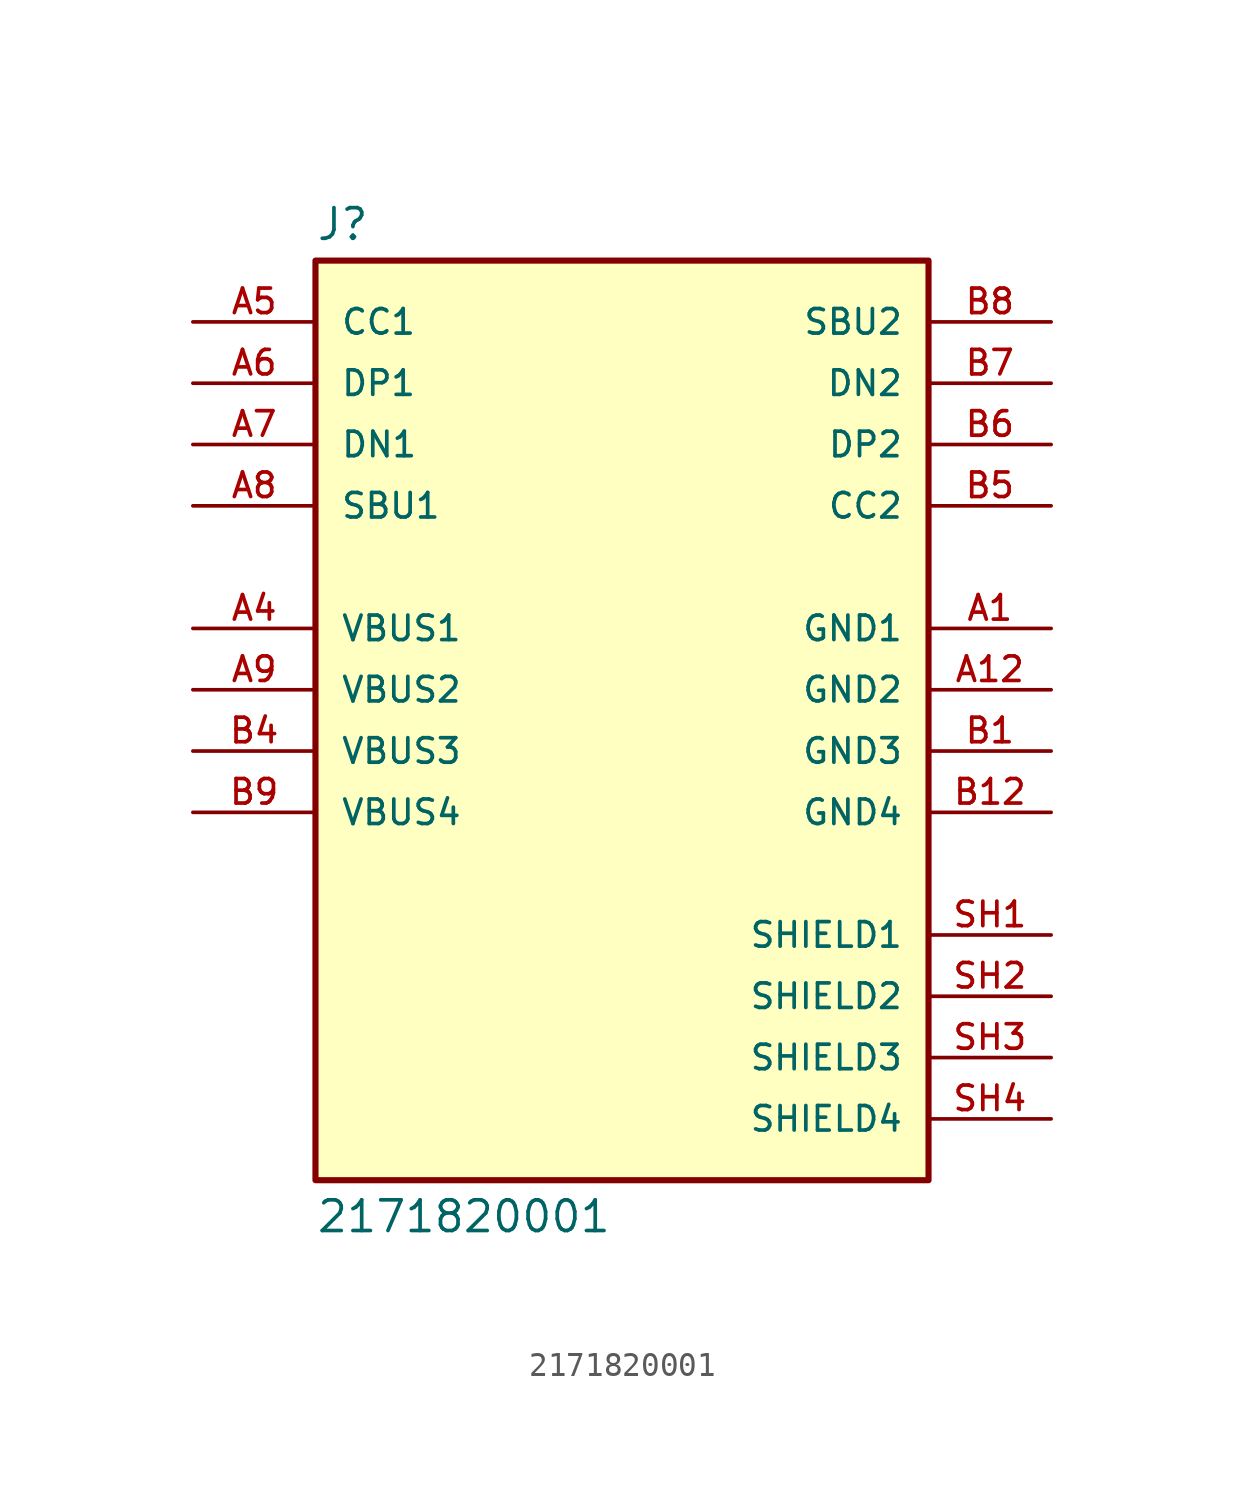
<source format=kicad_sym>
(kicad_symbol_lib
  (version 20211014)
  (generator kicad_symbol_editor)
  (symbol "2171820001"
    (pin_names
      (offset 1.016))
    (property "Reference" "J"
      (at -12.7 18.542 0)
      (effects (font (size 1.27 1.27)) (justify bottom left)))
    (property "Value" "2171820001"
      (at -12.7 -21.082 0.0)
      (effects (font (size 1.27 1.27)) (justify top left)))
    (symbol "2171820001_0_0"
      (rectangle (start -12.7 -20.32) (end 12.7 17.78) (stroke (width 0.254)) (fill (type background)))
      (pin power_in line (at 17.78 2.54 180.0) (length 5.08) (name "GND1" (effects (font (size 1.016 1.016)))) (number "A1" (effects (font (size 1.016 1.016)))))
      (pin power_in line (at -17.78 2.54 0) (length 5.08) (name "VBUS1" (effects (font (size 1.016 1.016)))) (number "A4" (effects (font (size 1.016 1.016)))))
      (pin bidirectional line (at -17.78 12.7 0) (length 5.08) (name "DP1" (effects (font (size 1.016 1.016)))) (number "A6" (effects (font (size 1.016 1.016)))))
      (pin bidirectional line (at -17.78 15.24 0) (length 5.08) (name "CC1" (effects (font (size 1.016 1.016)))) (number "A5" (effects (font (size 1.016 1.016)))))
      (pin bidirectional line (at -17.78 7.62 0) (length 5.08) (name "SBU1" (effects (font (size 1.016 1.016)))) (number "A8" (effects (font (size 1.016 1.016)))))
      (pin bidirectional line (at -17.78 10.16 0) (length 5.08) (name "DN1" (effects (font (size 1.016 1.016)))) (number "A7" (effects (font (size 1.016 1.016)))))
      (pin passive line (at 17.78 -17.78 180.0) (length 5.08) (name "SHIELD4" (effects (font (size 1.016 1.016)))) (number "SH4" (effects (font (size 1.016 1.016)))))
      (pin power_in line (at 17.78 0.0 180.0) (length 5.08) (name "GND2" (effects (font (size 1.016 1.016)))) (number "A12" (effects (font (size 1.016 1.016)))))
      (pin power_in line (at -17.78 0.0 0) (length 5.08) (name "VBUS2" (effects (font (size 1.016 1.016)))) (number "A9" (effects (font (size 1.016 1.016)))))
      (pin bidirectional line (at 17.78 10.16 180.0) (length 5.08) (name "DP2" (effects (font (size 1.016 1.016)))) (number "B6" (effects (font (size 1.016 1.016)))))
      (pin bidirectional line (at 17.78 7.62 180.0) (length 5.08) (name "CC2" (effects (font (size 1.016 1.016)))) (number "B5" (effects (font (size 1.016 1.016)))))
      (pin bidirectional line (at 17.78 15.24 180.0) (length 5.08) (name "SBU2" (effects (font (size 1.016 1.016)))) (number "B8" (effects (font (size 1.016 1.016)))))
      (pin bidirectional line (at 17.78 12.7 180.0) (length 5.08) (name "DN2" (effects (font (size 1.016 1.016)))) (number "B7" (effects (font (size 1.016 1.016)))))
      (pin passive line (at 17.78 -10.16 180.0) (length 5.08) (name "SHIELD1" (effects (font (size 1.016 1.016)))) (number "SH1" (effects (font (size 1.016 1.016)))))
      (pin passive line (at 17.78 -12.7 180.0) (length 5.08) (name "SHIELD2" (effects (font (size 1.016 1.016)))) (number "SH2" (effects (font (size 1.016 1.016)))))
      (pin passive line (at 17.78 -15.24 180.0) (length 5.08) (name "SHIELD3" (effects (font (size 1.016 1.016)))) (number "SH3" (effects (font (size 1.016 1.016)))))
      (pin power_in line (at -17.78 -2.54 0) (length 5.08) (name "VBUS3" (effects (font (size 1.016 1.016)))) (number "B4" (effects (font (size 1.016 1.016)))))
      (pin power_in line (at -17.78 -5.08 0) (length 5.08) (name "VBUS4" (effects (font (size 1.016 1.016)))) (number "B9" (effects (font (size 1.016 1.016)))))
      (pin power_in line (at 17.78 -2.54 180.0) (length 5.08) (name "GND3" (effects (font (size 1.016 1.016)))) (number "B1" (effects (font (size 1.016 1.016)))))
      (pin power_in line (at 17.78 -5.08 180.0) (length 5.08) (name "GND4" (effects (font (size 1.016 1.016)))) (number "B12" (effects (font (size 1.016 1.016))))))))
</source>
